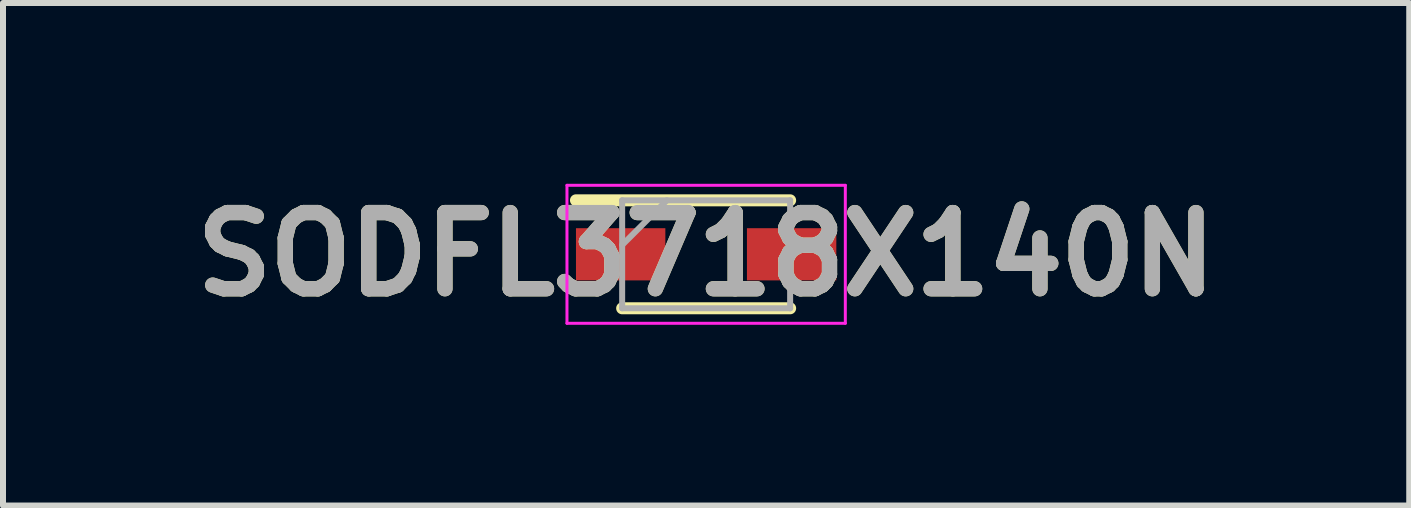
<source format=kicad_pcb>
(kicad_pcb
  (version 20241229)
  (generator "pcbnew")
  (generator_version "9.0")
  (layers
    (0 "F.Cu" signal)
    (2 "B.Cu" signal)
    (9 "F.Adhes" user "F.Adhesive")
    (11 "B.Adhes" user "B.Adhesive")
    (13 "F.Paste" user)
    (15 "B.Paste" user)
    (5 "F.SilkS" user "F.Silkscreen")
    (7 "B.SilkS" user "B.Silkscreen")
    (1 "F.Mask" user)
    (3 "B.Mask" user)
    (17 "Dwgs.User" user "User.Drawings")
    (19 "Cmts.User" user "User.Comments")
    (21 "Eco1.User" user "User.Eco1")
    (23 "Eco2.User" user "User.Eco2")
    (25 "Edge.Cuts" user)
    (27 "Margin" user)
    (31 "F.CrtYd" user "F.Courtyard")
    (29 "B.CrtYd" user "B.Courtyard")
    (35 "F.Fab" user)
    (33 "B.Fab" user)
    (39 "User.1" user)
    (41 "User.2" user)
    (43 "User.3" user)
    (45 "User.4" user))
  (footprint "SODFL3718X140N"
    (layer "F.Cu")
    (at 8.721 1.189)
    (property "Reference" "SODFL3718X140N" (at 0 0 0) (layer "F.SilkS") (effects (font (size 1.27 1.27) (thickness 0.254))))
    (attr smd)
    (fp_line (start -2.17 -0.9) (end 1.4 -0.9) (stroke (width 0.2) (type solid)) (layer "F.SilkS"))
    (fp_line (start -1.4 0.9) (end 1.4 0.9) (stroke (width 0.2) (type solid)) (layer "F.SilkS"))
    (fp_line (start -2.32 -1.15) (end 2.32 -1.15) (stroke (width 0.05) (type solid)) (layer "F.CrtYd"))
    (fp_line (start -2.32 1.15) (end -2.32 -1.15) (stroke (width 0.05) (type solid)) (layer "F.CrtYd"))
    (fp_line (start 2.32 -1.15) (end 2.32 1.15) (stroke (width 0.05) (type solid)) (layer "F.CrtYd"))
    (fp_line (start 2.32 1.15) (end -2.32 1.15) (stroke (width 0.05) (type solid)) (layer "F.CrtYd"))
    (fp_line (start -1.4 -0.9) (end 1.4 -0.9) (stroke (width 0.1) (type solid)) (layer "F.Fab"))
    (fp_line (start -1.4 -0.155) (end -0.655 -0.9) (stroke (width 0.1) (type solid)) (layer "F.Fab"))
    (fp_line (start -1.4 0.9) (end -1.4 -0.9) (stroke (width 0.1) (type solid)) (layer "F.Fab"))
    (fp_line (start 1.4 -0.9) (end 1.4 0.9) (stroke (width 0.1) (type solid)) (layer "F.Fab"))
    (fp_line (start 1.4 0.9) (end -1.4 0.9) (stroke (width 0.1) (type solid)) (layer "F.Fab"))
    (fp_text user "${REFERENCE}" (at 0 0 0) (layer "F.Fab") (effects (font (size 1.27 1.27) (thickness 0.254))))
    (pad "1" smd rect (at -1.425 0 90) (size 0.87 1.49) (layers "F.Cu" "F.Mask" "F.Paste"))
    (pad "2" smd rect (at 1.425 0 90) (size 0.87 1.49) (layers "F.Cu" "F.Mask" "F.Paste")))
  (gr_rect
    (start -3 -3)
    (end 20.441 5.377)
    (stroke (width 0.1) (type default))
    (fill no)
    (layer "Edge.Cuts")))
</source>
